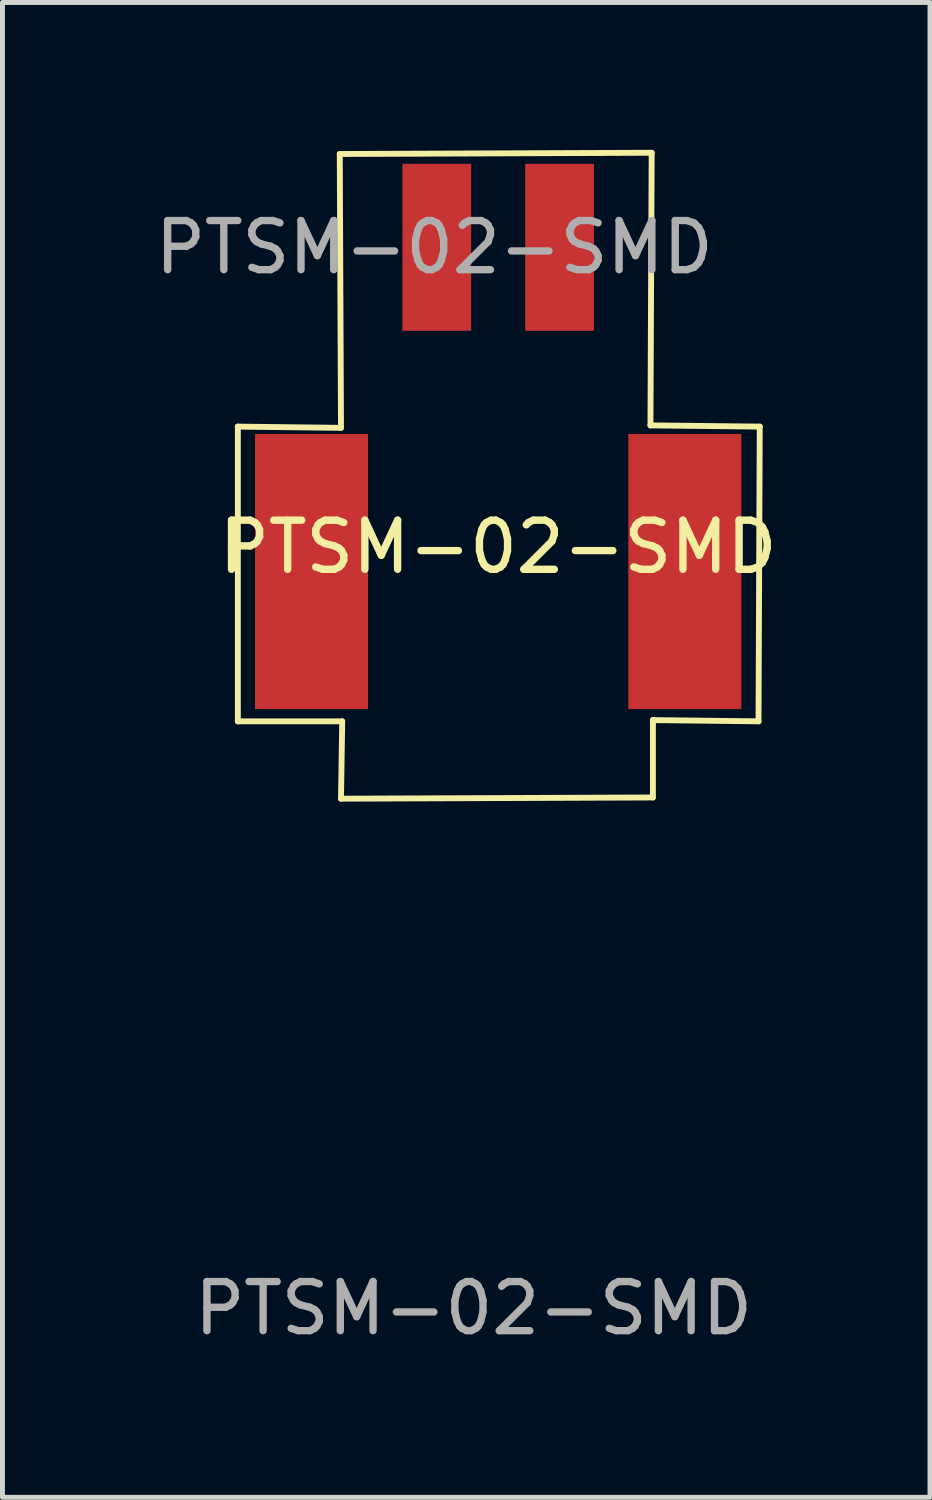
<source format=kicad_pcb>
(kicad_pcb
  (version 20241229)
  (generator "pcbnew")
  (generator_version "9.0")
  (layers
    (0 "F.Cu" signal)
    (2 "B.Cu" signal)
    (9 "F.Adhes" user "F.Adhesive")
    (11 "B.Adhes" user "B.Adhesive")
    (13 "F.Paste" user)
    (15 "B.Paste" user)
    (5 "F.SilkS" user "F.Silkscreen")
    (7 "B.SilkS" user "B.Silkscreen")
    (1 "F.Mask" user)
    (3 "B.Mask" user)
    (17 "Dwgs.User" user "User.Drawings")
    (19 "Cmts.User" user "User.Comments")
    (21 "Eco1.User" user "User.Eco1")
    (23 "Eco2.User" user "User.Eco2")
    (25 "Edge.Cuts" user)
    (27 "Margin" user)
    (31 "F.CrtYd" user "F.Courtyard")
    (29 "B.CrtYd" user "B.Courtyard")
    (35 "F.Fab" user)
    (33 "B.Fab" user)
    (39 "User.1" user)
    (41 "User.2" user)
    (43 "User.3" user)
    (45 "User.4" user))
  (footprint "PTSM-02-SMD"
    (layer "F.Cu")
    (at 7.092 8.585)
    (property "Reference" "PTSM-02-SMD" (at 0 -0.5 0) (unlocked yes) (layer "F.SilkS") (effects (font (size 1 1) (thickness 0.15))))
    (attr smd)
    (fp_line (start -5.3 -2.95) (end -3.2 -2.925) (stroke (width 0.12) (type solid)) (layer "F.SilkS"))
    (fp_line (start -5.3 3.05) (end -5.3 -2.95) (stroke (width 0.12) (type solid)) (layer "F.SilkS"))
    (fp_line (start -3.225 -8.5) (end 3.125 -8.525) (stroke (width 0.12) (type solid)) (layer "F.SilkS"))
    (fp_line (start -3.2 -2.925) (end -3.225 -8.5) (stroke (width 0.12) (type solid)) (layer "F.SilkS"))
    (fp_line (start -3.2 4.625) (end -3.175 3.05) (stroke (width 0.12) (type solid)) (layer "F.SilkS"))
    (fp_line (start -3.175 3.05) (end -5.3 3.05) (stroke (width 0.12) (type solid)) (layer "F.SilkS"))
    (fp_line (start 3.1 -2.975) (end 5.325 -2.95) (stroke (width 0.12) (type solid)) (layer "F.SilkS"))
    (fp_line (start 3.125 -8.525) (end 3.1 -2.975) (stroke (width 0.12) (type solid)) (layer "F.SilkS"))
    (fp_line (start 3.15 3.025) (end 3.15 4.6) (stroke (width 0.12) (type solid)) (layer "F.SilkS"))
    (fp_line (start 3.15 4.6) (end -3.2 4.625) (stroke (width 0.12) (type solid)) (layer "F.SilkS"))
    (fp_line (start 5.3 3.05) (end 3.15 3.025) (stroke (width 0.12) (type solid)) (layer "F.SilkS"))
    (fp_line (start 5.325 -2.95) (end 5.3 3.05) (stroke (width 0.12) (type solid)) (layer "F.SilkS"))
    (fp_text user "${REFERENCE}" (at -1.3 -6.6 0) (unlocked yes) (layer "F.Fab") (effects (font (size 1 1) (thickness 0.15))))
    (fp_text user "${REFERENCE}" (at -0.5 15 0) (unlocked yes) (layer "F.Fab") (effects (font (size 1 1) (thickness 0.15))))
    (pad "" smd rect (at -3.8 0) (size 2.3 5.6) (layers "F.Cu" "F.Mask" "F.Paste"))
    (pad "" smd rect (at 3.8 0) (size 2.3 5.6) (layers "F.Cu" "F.Mask" "F.Paste"))
    (pad "1" smd rect (at -1.25 -6.6) (size 1.4 3.4) (layers "F.Cu" "F.Mask" "F.Paste"))
    (pad "2" smd rect (at 1.25 -6.6) (size 1.4 3.4) (layers "F.Cu" "F.Mask" "F.Paste")))
  (gr_rect
    (start -3 -3)
    (end 15.883 27.433)
    (stroke (width 0.1) (type default))
    (fill no)
    (layer "Edge.Cuts")))
</source>
